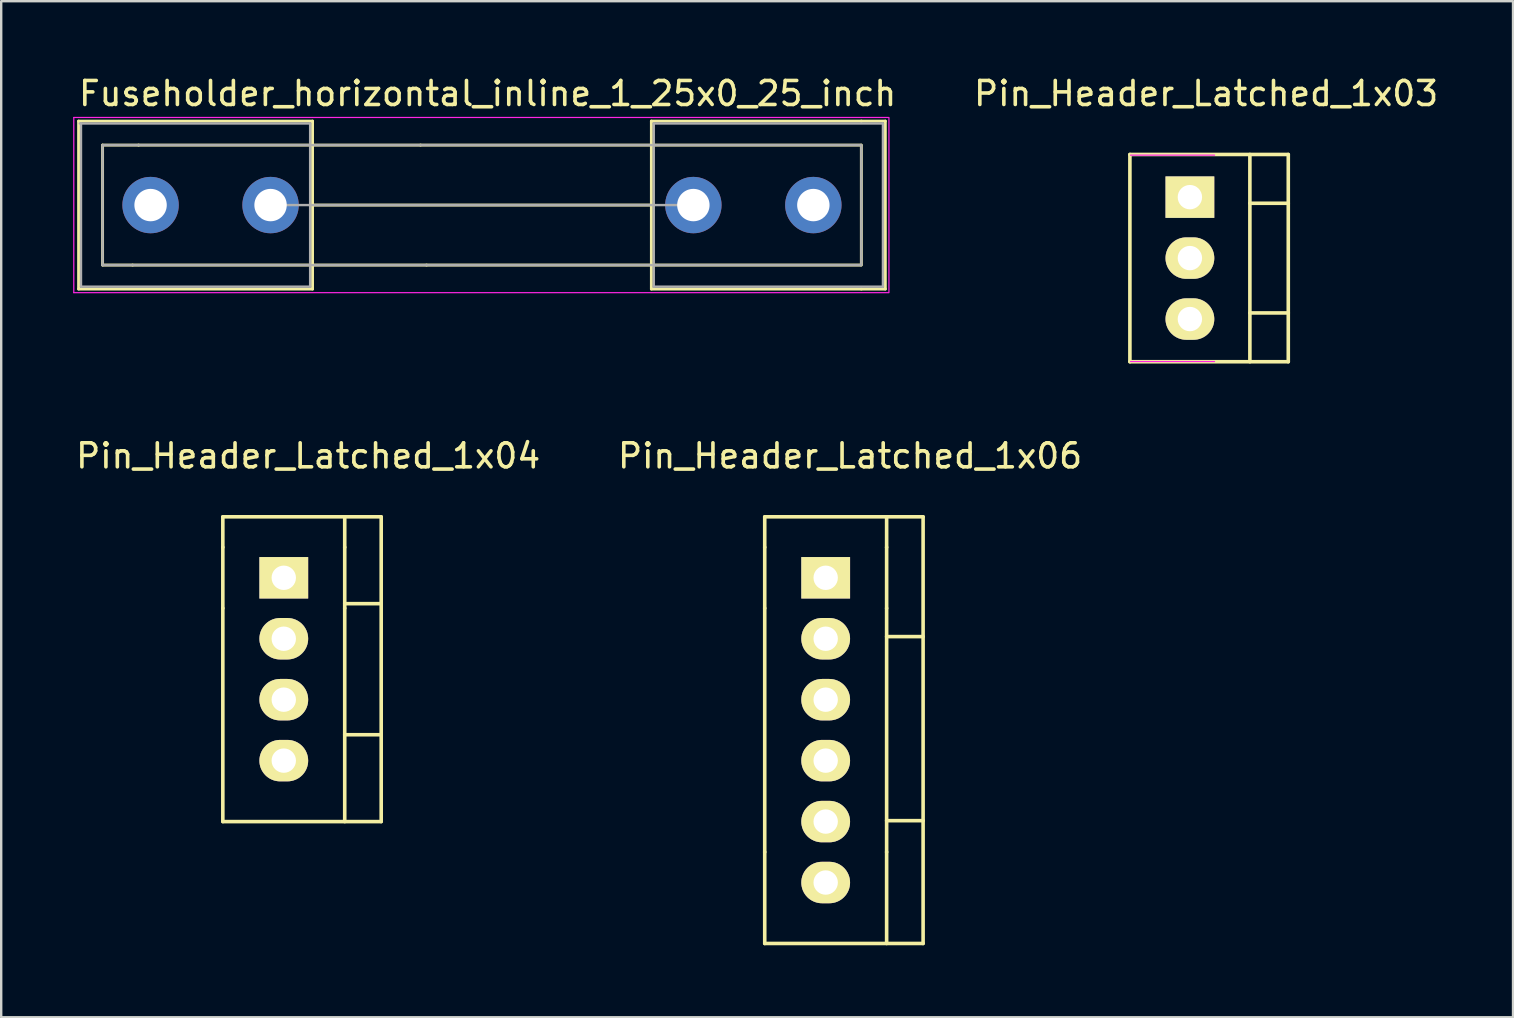
<source format=kicad_pcb>
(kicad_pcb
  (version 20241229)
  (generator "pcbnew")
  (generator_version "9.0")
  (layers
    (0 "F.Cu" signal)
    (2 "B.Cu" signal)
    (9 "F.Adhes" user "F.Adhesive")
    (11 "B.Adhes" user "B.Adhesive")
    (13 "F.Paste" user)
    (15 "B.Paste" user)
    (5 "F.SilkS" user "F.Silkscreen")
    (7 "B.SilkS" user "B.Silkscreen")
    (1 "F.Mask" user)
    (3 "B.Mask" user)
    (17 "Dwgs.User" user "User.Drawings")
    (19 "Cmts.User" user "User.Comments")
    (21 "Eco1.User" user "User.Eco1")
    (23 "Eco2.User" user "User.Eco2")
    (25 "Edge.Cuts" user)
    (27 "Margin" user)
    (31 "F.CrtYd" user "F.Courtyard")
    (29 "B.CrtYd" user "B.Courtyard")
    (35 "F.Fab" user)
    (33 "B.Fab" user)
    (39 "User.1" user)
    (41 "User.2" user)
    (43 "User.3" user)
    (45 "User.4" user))
  (footprint "Pin_Header_Latched_1x03"
    (layer "F.Cu")
    (at 44.037 3.388)
    (property "Reference" "Pin_Header_Latched_1x03" (at 3.175 -2.54 0) (layer "F.SilkS") (effects (font (size 1 1) (thickness 0.15))))
    (attr through_hole)
    (fp_line (start 0 0) (end 0 8.636) (stroke (width 0.15) (type solid)) (layer "F.SilkS"))
    (fp_line (start 0 0) (end 6.6 0) (stroke (width 0.15) (type solid)) (layer "F.SilkS"))
    (fp_line (start 0 8.636) (end 6.6 8.636) (stroke (width 0.15) (type solid)) (layer "F.SilkS"))
    (fp_line (start 5 2.032) (end 6.6 2.032) (stroke (width 0.15) (type solid)) (layer "F.SilkS"))
    (fp_line (start 5 6.604) (end 6.6 6.604) (stroke (width 0.15) (type solid)) (layer "F.SilkS"))
    (fp_line (start 5 8.636) (end 5 0) (stroke (width 0.15) (type solid)) (layer "F.SilkS"))
    (fp_line (start 6.6 0) (end 6.6 8.636) (stroke (width 0.15) (type solid)) (layer "F.SilkS"))
    (fp_line (start 0.028 0.028) (end 3.528 0.028) (stroke (width 0.05) (type solid)) (layer "F.CrtYd"))
    (fp_line (start 0.028 8.628) (end 3.528 8.628) (stroke (width 0.05) (type solid)) (layer "F.CrtYd"))
    (pad "1" thru_hole rect (at 2.5 1.778) (size 2.032 1.727) (drill 1.016) (layers "*.Cu" "*.Mask" "F.SilkS"))
    (pad "2" thru_hole oval (at 2.5 4.318) (size 2.032 1.727) (drill 1.016) (layers "*.Cu" "*.Mask" "F.SilkS"))
    (pad "3" thru_hole oval (at 2.5 6.858) (size 2.032 1.727) (drill 1.016) (layers "*.Cu" "*.Mask" "F.SilkS")))
  (footprint "Pin_Header_Latched_1x04"
    (layer "F.Cu")
    (at 6.236 18.488)
    (property "Reference" "Pin_Header_Latched_1x04" (at 3.556 -2.54 0) (layer "F.SilkS") (effects (font (size 1 1) (thickness 0.15))))
    (attr through_hole)
    (fp_line (start 0 0) (end 6.6 0) (stroke (width 0.15) (type solid)) (layer "F.SilkS"))
    (fp_line (start 0 1.27) (end 0 0) (stroke (width 0.15) (type solid)) (layer "F.SilkS"))
    (fp_line (start 0 3.81) (end 0 1.27) (stroke (width 0.15) (type solid)) (layer "F.SilkS"))
    (fp_line (start 0 12.7) (end 0 3.81) (stroke (width 0.15) (type solid)) (layer "F.SilkS"))
    (fp_line (start 0 12.7) (end 6.6 12.7) (stroke (width 0.15) (type solid)) (layer "F.SilkS"))
    (fp_line (start 5.08 1.27) (end 5.08 0) (stroke (width 0.15) (type solid)) (layer "F.SilkS"))
    (fp_line (start 5.08 1.27) (end 5.08 3.81) (stroke (width 0.15) (type solid)) (layer "F.SilkS"))
    (fp_line (start 5.08 3.62) (end 6.6 3.62) (stroke (width 0.15) (type solid)) (layer "F.SilkS"))
    (fp_line (start 5.08 3.81) (end 5.08 12.7) (stroke (width 0.15) (type solid)) (layer "F.SilkS"))
    (fp_line (start 5.08 9.08) (end 6.6 9.08) (stroke (width 0.15) (type solid)) (layer "F.SilkS"))
    (fp_line (start 6.6 0) (end 6.6 12.7) (stroke (width 0.15) (type solid)) (layer "F.SilkS"))
    (pad "1" thru_hole rect (at 2.54 2.54) (size 2.032 1.727) (drill 1.016) (layers "*.Cu" "*.Mask" "F.SilkS"))
    (pad "2" thru_hole oval (at 2.54 5.08) (size 2.032 1.727) (drill 1.016) (layers "*.Cu" "*.Mask" "F.SilkS"))
    (pad "3" thru_hole oval (at 2.54 7.62) (size 2.032 1.727) (drill 1.016) (layers "*.Cu" "*.Mask" "F.SilkS"))
    (pad "4" thru_hole oval (at 2.54 10.16) (size 2.032 1.727) (drill 1.016) (layers "*.Cu" "*.Mask" "F.SilkS")))
  (footprint "Pin_Header_Latched_1x06"
    (layer "F.Cu")
    (at 28.819 18.488)
    (property "Reference" "Pin_Header_Latched_1x06" (at 3.556 -2.54 0) (layer "F.SilkS") (effects (font (size 1 1) (thickness 0.15))))
    (attr through_hole)
    (fp_line (start 0 0) (end 6.6 0) (stroke (width 0.15) (type solid)) (layer "F.SilkS"))
    (fp_line (start 0 1.27) (end 0 0) (stroke (width 0.15) (type solid)) (layer "F.SilkS"))
    (fp_line (start 0 3.81) (end 0 1.27) (stroke (width 0.15) (type solid)) (layer "F.SilkS"))
    (fp_line (start 0 13.97) (end 0 3.81) (stroke (width 0.15) (type solid)) (layer "F.SilkS"))
    (fp_line (start 0 13.97) (end 0 17.78) (stroke (width 0.15) (type solid)) (layer "F.SilkS"))
    (fp_line (start 0 17.78) (end 6.6 17.78) (stroke (width 0.15) (type solid)) (layer "F.SilkS"))
    (fp_line (start 5.08 1.27) (end 5.08 0) (stroke (width 0.15) (type solid)) (layer "F.SilkS"))
    (fp_line (start 5.08 1.27) (end 5.08 3.81) (stroke (width 0.15) (type solid)) (layer "F.SilkS"))
    (fp_line (start 5.08 3.81) (end 5.08 13.97) (stroke (width 0.15) (type solid)) (layer "F.SilkS"))
    (fp_line (start 5.08 4.992) (end 6.6 4.992) (stroke (width 0.15) (type solid)) (layer "F.SilkS"))
    (fp_line (start 5.08 12.661) (end 6.6 12.661) (stroke (width 0.15) (type solid)) (layer "F.SilkS"))
    (fp_line (start 5.08 13.97) (end 5.08 17.78) (stroke (width 0.15) (type solid)) (layer "F.SilkS"))
    (fp_line (start 6.6 0) (end 6.6 17.78) (stroke (width 0.15) (type solid)) (layer "F.SilkS"))
    (pad "1" thru_hole rect (at 2.54 2.54) (size 2.032 1.727) (drill 1.016) (layers "*.Cu" "*.Mask" "F.SilkS"))
    (pad "2" thru_hole oval (at 2.54 5.08) (size 2.032 1.727) (drill 1.016) (layers "*.Cu" "*.Mask" "F.SilkS"))
    (pad "3" thru_hole oval (at 2.54 7.62) (size 2.032 1.727) (drill 1.016) (layers "*.Cu" "*.Mask" "F.SilkS"))
    (pad "4" thru_hole oval (at 2.54 10.16) (size 2.032 1.727) (drill 1.016) (layers "*.Cu" "*.Mask" "F.SilkS"))
    (pad "5" thru_hole oval (at 2.54 12.7) (size 2.032 1.727) (drill 1.016) (layers "*.Cu" "*.Mask" "F.SilkS"))
    (pad "6" thru_hole oval (at 2.54 15.24) (size 2.032 1.727) (drill 1.016) (layers "*.Cu" "*.Mask" "F.SilkS")))
  (footprint "Fuseholder_horizontal_inline_1_25x0_25_inch"
    (layer "F.Cu")
    (at 3.225 5.496)
    (property "Reference" "Fuseholder_horizontal_inline_1_25x0_25_inch" (at 14.046 -4.648 0) (layer "F.SilkS") (effects (font (size 1 1) (thickness 0.15))))
    (attr through_hole)
    (fp_line (start -3 -3.5) (end -3 3.5) (stroke (width 0.12) (type solid)) (layer "F.SilkS"))
    (fp_line (start -2 -2.5) (end -2 2.5) (stroke (width 0.12) (type solid)) (layer "F.SilkS"))
    (fp_line (start -0.75 2.5) (end -2 2.5) (stroke (width 0.12) (type solid)) (layer "F.SilkS"))
    (fp_line (start -0.5 -2.5) (end -2 -2.5) (stroke (width 0.12) (type solid)) (layer "F.SilkS"))
    (fp_line (start 6.75 -3.5) (end -3 -3.5) (stroke (width 0.12) (type solid)) (layer "F.SilkS"))
    (fp_line (start 6.75 -3.5) (end 6.75 3.5) (stroke (width 0.12) (type solid)) (layer "F.SilkS"))
    (fp_line (start 6.75 3.5) (end -3 3.5) (stroke (width 0.12) (type solid)) (layer "F.SilkS"))
    (fp_line (start 11.25 -2.5) (end -0.5 -2.5) (stroke (width 0.12) (type solid)) (layer "F.SilkS"))
    (fp_line (start 11.5 2.5) (end -0.75 2.5) (stroke (width 0.12) (type solid)) (layer "F.SilkS"))
    (fp_line (start 20.85 0) (end 6.75 0) (stroke (width 0.12) (type solid)) (layer "F.SilkS"))
    (fp_line (start 20.87 -3.5) (end 20.87 3.5) (stroke (width 0.12) (type solid)) (layer "F.SilkS"))
    (fp_line (start 29.6 -2.5) (end 11.25 -2.5) (stroke (width 0.12) (type solid)) (layer "F.SilkS"))
    (fp_line (start 29.6 2.5) (end 11.5 2.5) (stroke (width 0.12) (type solid)) (layer "F.SilkS"))
    (fp_line (start 29.62 -3.5) (end 20.87 -3.5) (stroke (width 0.12) (type solid)) (layer "F.SilkS"))
    (fp_line (start 29.62 -2.5) (end 29.62 2.5) (stroke (width 0.12) (type solid)) (layer "F.SilkS"))
    (fp_line (start 29.62 3.5) (end 20.87 3.5) (stroke (width 0.12) (type solid)) (layer "F.SilkS"))
    (fp_line (start 30.62 -3.5) (end 29.62 -3.5) (stroke (width 0.12) (type solid)) (layer "F.SilkS"))
    (fp_line (start 30.62 -3.5) (end 30.62 3.5) (stroke (width 0.12) (type solid)) (layer "F.SilkS"))
    (fp_line (start 30.62 3.5) (end 29.62 3.5) (stroke (width 0.12) (type solid)) (layer "F.SilkS"))
    (fp_line (start -3.2 -3.65) (end -3.2 3.65) (stroke (width 0.05) (type solid)) (layer "F.CrtYd"))
    (fp_line (start -3.2 -3.65) (end 30.75 -3.65) (stroke (width 0.05) (type solid)) (layer "F.CrtYd"))
    (fp_line (start 30.75 3.65) (end -3.2 3.65) (stroke (width 0.05) (type solid)) (layer "F.CrtYd"))
    (fp_line (start 30.77 3.65) (end 30.77 -3.65) (stroke (width 0.05) (type solid)) (layer "F.CrtYd"))
    (fp_line (start -2.95 -3.4) (end 6.65 -3.4) (stroke (width 0.1) (type solid)) (layer "F.Fab"))
    (fp_line (start -2.9 3.4) (end -2.9 -3.4) (stroke (width 0.1) (type solid)) (layer "F.Fab"))
    (fp_line (start -2 -2.5) (end 29.6 -2.5) (stroke (width 0.1) (type solid)) (layer "F.Fab"))
    (fp_line (start -2 2.5) (end -2 -2.5) (stroke (width 0.1) (type solid)) (layer "F.Fab"))
    (fp_line (start 5 0) (end 22.6 0) (stroke (width 0.1) (type solid)) (layer "F.Fab"))
    (fp_line (start 6.65 -3.4) (end 6.65 3.4) (stroke (width 0.1) (type solid)) (layer "F.Fab"))
    (fp_line (start 6.65 3.4) (end -2.9 3.4) (stroke (width 0.1) (type solid)) (layer "F.Fab"))
    (fp_line (start 20.97 -3.4) (end 20.97 3.4) (stroke (width 0.1) (type solid)) (layer "F.Fab"))
    (fp_line (start 20.97 3.4) (end 30.52 3.4) (stroke (width 0.1) (type solid)) (layer "F.Fab"))
    (fp_line (start 29.6 2.5) (end -2 2.5) (stroke (width 0.1) (type solid)) (layer "F.Fab"))
    (fp_line (start 29.62 -2.5) (end 29.62 2.5) (stroke (width 0.1) (type solid)) (layer "F.Fab"))
    (fp_line (start 30.52 -3.4) (end 20.97 -3.4) (stroke (width 0.1) (type solid)) (layer "F.Fab"))
    (fp_line (start 30.52 3.4) (end 30.52 -3.4) (stroke (width 0.1) (type solid)) (layer "F.Fab"))
    (pad "1" thru_hole circle (at 0 0) (size 2.35 2.35) (drill 1.35) (layers "*.Cu" "*.Mask"))
    (pad "1" thru_hole circle (at 5 0) (size 2.35 2.35) (drill 1.35) (layers "*.Cu" "*.Mask"))
    (pad "2" thru_hole circle (at 22.62 0) (size 2.35 2.35) (drill 1.35) (layers "*.Cu" "*.Mask"))
    (pad "2" thru_hole circle (at 27.62 0) (size 2.35 2.35) (drill 1.35) (layers "*.Cu" "*.Mask")))
  (gr_rect
    (start -3 -3)
    (end 60.003 39.343)
    (stroke (width 0.1) (type default))
    (fill no)
    (layer "Edge.Cuts")))
</source>
